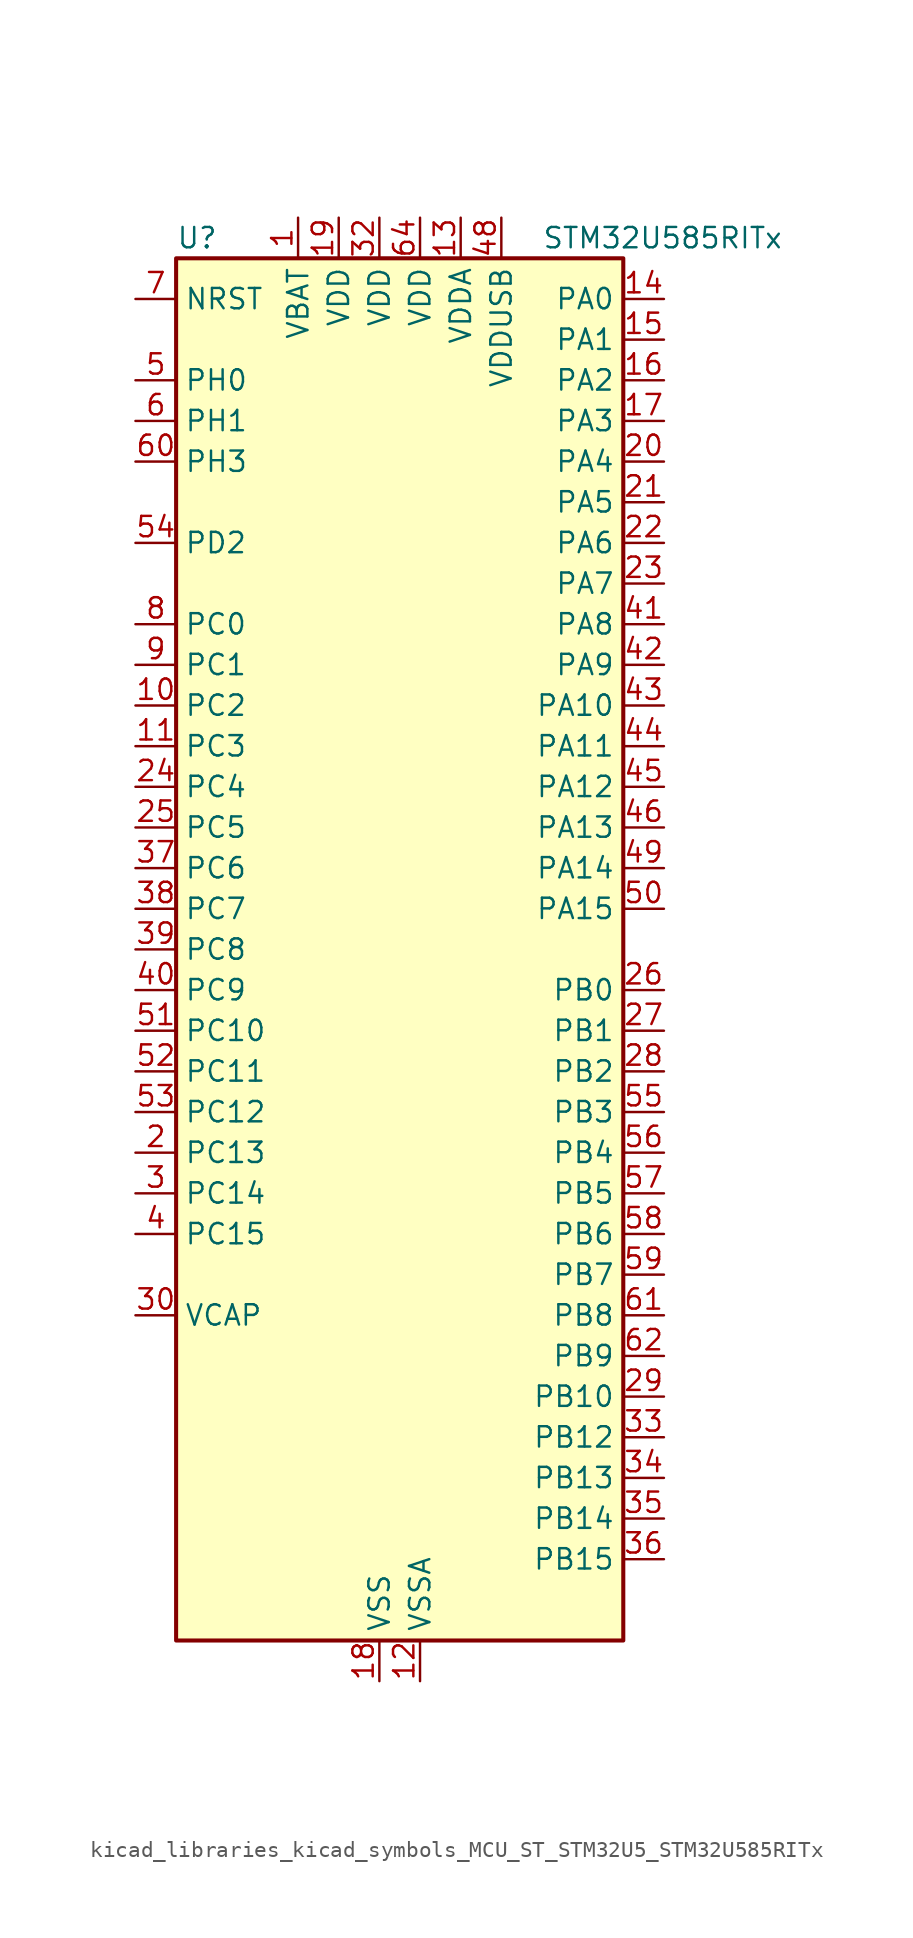
<source format=kicad_sym>
(kicad_symbol_lib
  (version 20220914)
  (generator kicad_symbol_editor)
  (symbol "kicad_libraries_kicad_symbols_MCU_ST_STM32U5_STM32U585RITx"
    (property "Reference" "U"
      (at -12.7 44.45 0)
      (effects (font (size 1.27 1.27)) (justify left)))
    (property "Value" "STM32U585RITx"
      (at 10.16 44.45 0)
      (effects (font (size 1.27 1.27)) (justify left)))
    (property "ki_locked" ""
      (at 0 0 0)
      (effects (font (size 1.27 1.27))))
    (symbol "kicad_libraries_kicad_symbols_MCU_ST_STM32U5_STM32U585RITx_0_1"
      (rectangle (start -12.7 -43.18) (end 15.24 43.18) (stroke (width 0.254) (type default)) (fill (type background))))
    (symbol "kicad_libraries_kicad_symbols_MCU_ST_STM32U5_STM32U585RITx_1_1"
      (pin power_in line (at -5.08 45.72 270) (length 2.54) (name "VBAT" (effects (font (size 1.27 1.27)))) (number "1" (effects (font (size 1.27 1.27)))))
      (pin bidirectional line (at -15.24 15.24 0) (length 2.54) (name "PC2" (effects (font (size 1.27 1.27)))) (number "10" (effects (font (size 1.27 1.27)))) (alternate "ADC1_IN3" bidirectional line) (alternate "ADC4_IN3" bidirectional line) (alternate "LPTIM1_IN2" bidirectional line) (alternate "MDF1_CCK1" bidirectional line) (alternate "OCTOSPIM_P1_IO5" bidirectional line) (alternate "SPI2_MISO" bidirectional line))
      (pin bidirectional line (at -15.24 12.7 0) (length 2.54) (name "PC3" (effects (font (size 1.27 1.27)))) (number "11" (effects (font (size 1.27 1.27)))) (alternate "ADC1_IN4" bidirectional line) (alternate "ADC4_IN4" bidirectional line) (alternate "LPTIM1_ETR" bidirectional line) (alternate "LPTIM2_ETR" bidirectional line) (alternate "LPTIM3_CH1" bidirectional line) (alternate "OCTOSPIM_P1_IO6" bidirectional line) (alternate "SAI1_D1" bidirectional line) (alternate "SAI1_SD_A" bidirectional line) (alternate "SPI2_MOSI" bidirectional line))
      (pin power_in line (at 2.54 -45.72 90) (length 2.54) (name "VSSA" (effects (font (size 1.27 1.27)))) (number "12" (effects (font (size 1.27 1.27)))))
      (pin power_in line (at 5.08 45.72 270) (length 2.54) (name "VDDA" (effects (font (size 1.27 1.27)))) (number "13" (effects (font (size 1.27 1.27)))))
      (pin bidirectional line (at 17.78 40.64 180) (length 2.54) (name "PA0" (effects (font (size 1.27 1.27)))) (number "14" (effects (font (size 1.27 1.27)))) (alternate "ADC1_IN5" bidirectional line) (alternate "AUDIOCLK" bidirectional line) (alternate "OCTOSPIM_P2_NCS" bidirectional line) (alternate "OPAMP1_VINP" bidirectional line) (alternate "PWR_WKUP1" bidirectional line) (alternate "SDMMC2_CMD" bidirectional line) (alternate "SPI3_RDY" bidirectional line) (alternate "TAMP_IN2" bidirectional line) (alternate "TAMP_OUT1" bidirectional line) (alternate "TIM2_CH1" bidirectional line) (alternate "TIM2_ETR" bidirectional line) (alternate "TIM5_CH1" bidirectional line) (alternate "TIM8_ETR" bidirectional line) (alternate "UART4_TX" bidirectional line) (alternate "USART2_CTS" bidirectional line))
      (pin bidirectional line (at 17.78 38.1 180) (length 2.54) (name "PA1" (effects (font (size 1.27 1.27)))) (number "15" (effects (font (size 1.27 1.27)))) (alternate "ADC1_IN6" bidirectional line) (alternate "I2C1_SMBA" bidirectional line) (alternate "LPTIM1_CH2" bidirectional line) (alternate "OCTOSPIM_P1_DQS" bidirectional line) (alternate "OPAMP1_VINM" bidirectional line) (alternate "PWR_WKUP3" bidirectional line) (alternate "SPI1_SCK" bidirectional line) (alternate "TAMP_IN5" bidirectional line) (alternate "TAMP_OUT4" bidirectional line) (alternate "TIM15_CH1N" bidirectional line) (alternate "TIM2_CH2" bidirectional line) (alternate "TIM5_CH2" bidirectional line) (alternate "UART4_RX" bidirectional line) (alternate "USART2_DE" bidirectional line) (alternate "USART2_RTS" bidirectional line))
      (pin bidirectional line (at 17.78 35.56 180) (length 2.54) (name "PA2" (effects (font (size 1.27 1.27)))) (number "16" (effects (font (size 1.27 1.27)))) (alternate "ADC1_IN7" bidirectional line) (alternate "COMP1_INP" bidirectional line) (alternate "LPUART1_TX" bidirectional line) (alternate "OCTOSPIM_P1_NCS" bidirectional line) (alternate "PWR_WKUP4" bidirectional line) (alternate "RCC_LSCO" bidirectional line) (alternate "SPI1_RDY" bidirectional line) (alternate "TIM15_CH1" bidirectional line) (alternate "TIM2_CH3" bidirectional line) (alternate "TIM5_CH3" bidirectional line) (alternate "UCPD1_FRSTX1" bidirectional line) (alternate "USART2_TX" bidirectional line))
      (pin bidirectional line (at 17.78 33.02 180) (length 2.54) (name "PA3" (effects (font (size 1.27 1.27)))) (number "17" (effects (font (size 1.27 1.27)))) (alternate "ADC1_IN8" bidirectional line) (alternate "LPUART1_RX" bidirectional line) (alternate "OCTOSPIM_P1_CLK" bidirectional line) (alternate "OPAMP1_VOUT" bidirectional line) (alternate "PWR_WKUP5" bidirectional line) (alternate "SAI1_CK1" bidirectional line) (alternate "SAI1_MCLK_A" bidirectional line) (alternate "TIM15_CH2" bidirectional line) (alternate "TIM2_CH4" bidirectional line) (alternate "TIM5_CH4" bidirectional line) (alternate "USART2_RX" bidirectional line))
      (pin power_in line (at 0 -45.72 90) (length 2.54) (name "VSS" (effects (font (size 1.27 1.27)))) (number "18" (effects (font (size 1.27 1.27)))))
      (pin power_in line (at -2.54 45.72 270) (length 2.54) (name "VDD" (effects (font (size 1.27 1.27)))) (number "19" (effects (font (size 1.27 1.27)))))
      (pin bidirectional line (at -15.24 -12.7 0) (length 2.54) (name "PC13" (effects (font (size 1.27 1.27)))) (number "2" (effects (font (size 1.27 1.27)))) (alternate "PWR_WKUP2" bidirectional line) (alternate "RTC_OUT1" bidirectional line) (alternate "RTC_TS" bidirectional line) (alternate "TAMP_IN1" bidirectional line) (alternate "TAMP_OUT2" bidirectional line))
      (pin bidirectional line (at 17.78 30.48 180) (length 2.54) (name "PA4" (effects (font (size 1.27 1.27)))) (number "20" (effects (font (size 1.27 1.27)))) (alternate "ADC1_IN9" bidirectional line) (alternate "ADC4_IN9" bidirectional line) (alternate "DAC1_OUT1" bidirectional line) (alternate "DCMI_HSYNC" bidirectional line) (alternate "LPTIM2_CH1" bidirectional line) (alternate "OCTOSPIM_P1_NCS" bidirectional line) (alternate "PSSI_DE" bidirectional line) (alternate "PWR_WKUP2" bidirectional line) (alternate "SAI1_FS_B" bidirectional line) (alternate "SPI1_NSS" bidirectional line) (alternate "SPI3_NSS" bidirectional line) (alternate "USART2_CK" bidirectional line))
      (pin bidirectional line (at 17.78 27.94 180) (length 2.54) (name "PA5" (effects (font (size 1.27 1.27)))) (number "21" (effects (font (size 1.27 1.27)))) (alternate "ADC1_IN10" bidirectional line) (alternate "ADC4_IN10" bidirectional line) (alternate "DAC1_OUT2" bidirectional line) (alternate "LPTIM2_ETR" bidirectional line) (alternate "PSSI_D14" bidirectional line) (alternate "PWR_CSLEEP" bidirectional line) (alternate "PWR_WKUP6" bidirectional line) (alternate "SPI1_SCK" bidirectional line) (alternate "TIM2_CH1" bidirectional line) (alternate "TIM2_ETR" bidirectional line) (alternate "TIM8_CH1N" bidirectional line) (alternate "USART3_RX" bidirectional line))
      (pin bidirectional line (at 17.78 25.4 180) (length 2.54) (name "PA6" (effects (font (size 1.27 1.27)))) (number "22" (effects (font (size 1.27 1.27)))) (alternate "ADC1_IN11" bidirectional line) (alternate "ADC4_IN11" bidirectional line) (alternate "DCMI_PIXCLK" bidirectional line) (alternate "LPUART1_CTS" bidirectional line) (alternate "OCTOSPIM_P1_IO3" bidirectional line) (alternate "OPAMP2_VINP" bidirectional line) (alternate "PSSI_PDCK" bidirectional line) (alternate "PWR_CDSTOP" bidirectional line) (alternate "PWR_WKUP7" bidirectional line) (alternate "SPI1_MISO" bidirectional line) (alternate "TIM16_CH1" bidirectional line) (alternate "TIM1_BKIN" bidirectional line) (alternate "TIM3_CH1" bidirectional line) (alternate "TIM8_BKIN" bidirectional line) (alternate "USART3_CTS" bidirectional line))
      (pin bidirectional line (at 17.78 22.86 180) (length 2.54) (name "PA7" (effects (font (size 1.27 1.27)))) (number "23" (effects (font (size 1.27 1.27)))) (alternate "ADC1_IN12" bidirectional line) (alternate "ADC4_IN20" bidirectional line) (alternate "I2C3_SCL" bidirectional line) (alternate "LPTIM2_CH2" bidirectional line) (alternate "OCTOSPIM_P1_IO2" bidirectional line) (alternate "OPAMP2_VINM" bidirectional line) (alternate "PWR_SRDSTOP" bidirectional line) (alternate "PWR_WKUP8" bidirectional line) (alternate "SPI1_MOSI" bidirectional line) (alternate "TIM17_CH1" bidirectional line) (alternate "TIM1_CH1N" bidirectional line) (alternate "TIM3_CH2" bidirectional line) (alternate "TIM8_CH1N" bidirectional line) (alternate "USART3_TX" bidirectional line))
      (pin bidirectional line (at -15.24 10.16 0) (length 2.54) (name "PC4" (effects (font (size 1.27 1.27)))) (number "24" (effects (font (size 1.27 1.27)))) (alternate "ADC1_IN13" bidirectional line) (alternate "ADC4_IN22" bidirectional line) (alternate "COMP1_INM" bidirectional line) (alternate "OCTOSPIM_P1_IO7" bidirectional line) (alternate "USART3_TX" bidirectional line))
      (pin bidirectional line (at -15.24 7.62 0) (length 2.54) (name "PC5" (effects (font (size 1.27 1.27)))) (number "25" (effects (font (size 1.27 1.27)))) (alternate "ADC1_IN14" bidirectional line) (alternate "ADC4_IN23" bidirectional line) (alternate "COMP1_INP" bidirectional line) (alternate "PSSI_D15" bidirectional line) (alternate "PWR_WKUP5" bidirectional line) (alternate "SAI1_D3" bidirectional line) (alternate "TAMP_IN4" bidirectional line) (alternate "TAMP_OUT5" bidirectional line) (alternate "TIM1_CH4N" bidirectional line) (alternate "USART3_RX" bidirectional line))
      (pin bidirectional line (at 17.78 -2.54 180) (length 2.54) (name "PB0" (effects (font (size 1.27 1.27)))) (number "26" (effects (font (size 1.27 1.27)))) (alternate "ADC1_IN15" bidirectional line) (alternate "ADC4_IN18" bidirectional line) (alternate "AUDIOCLK" bidirectional line) (alternate "COMP1_OUT" bidirectional line) (alternate "LPTIM3_CH1" bidirectional line) (alternate "OCTOSPIM_P1_IO1" bidirectional line) (alternate "OPAMP2_VOUT" bidirectional line) (alternate "SPI1_NSS" bidirectional line) (alternate "TIM1_CH2N" bidirectional line) (alternate "TIM3_CH3" bidirectional line) (alternate "TIM8_CH2N" bidirectional line) (alternate "USART3_CK" bidirectional line))
      (pin bidirectional line (at 17.78 -5.08 180) (length 2.54) (name "PB1" (effects (font (size 1.27 1.27)))) (number "27" (effects (font (size 1.27 1.27)))) (alternate "ADC1_IN16" bidirectional line) (alternate "ADC4_IN19" bidirectional line) (alternate "COMP1_INM" bidirectional line) (alternate "LPTIM2_IN1" bidirectional line) (alternate "LPTIM3_CH2" bidirectional line) (alternate "LPUART1_DE" bidirectional line) (alternate "LPUART1_RTS" bidirectional line) (alternate "MDF1_SDI0" bidirectional line) (alternate "OCTOSPIM_P1_IO0" bidirectional line) (alternate "PWR_WKUP4" bidirectional line) (alternate "TIM1_CH3N" bidirectional line) (alternate "TIM3_CH4" bidirectional line) (alternate "TIM8_CH3N" bidirectional line) (alternate "USART3_DE" bidirectional line) (alternate "USART3_RTS" bidirectional line))
      (pin bidirectional line (at 17.78 -7.62 180) (length 2.54) (name "PB2" (effects (font (size 1.27 1.27)))) (number "28" (effects (font (size 1.27 1.27)))) (alternate "ADC1_IN17" bidirectional line) (alternate "COMP1_INP" bidirectional line) (alternate "I2C3_SMBA" bidirectional line) (alternate "LPTIM1_CH1" bidirectional line) (alternate "MDF1_CKI0" bidirectional line) (alternate "OCTOSPIM_P1_DQS" bidirectional line) (alternate "PWR_WKUP1" bidirectional line) (alternate "RTC_OUT2" bidirectional line) (alternate "SPI1_RDY" bidirectional line) (alternate "TIM8_CH4N" bidirectional line) (alternate "UCPD1_FRSTX1" bidirectional line))
      (pin bidirectional line (at 17.78 -27.94 180) (length 2.54) (name "PB10" (effects (font (size 1.27 1.27)))) (number "29" (effects (font (size 1.27 1.27)))) (alternate "COMP1_OUT" bidirectional line) (alternate "I2C2_SCL" bidirectional line) (alternate "I2C4_SCL" bidirectional line) (alternate "LPTIM3_CH1" bidirectional line) (alternate "LPUART1_RX" bidirectional line) (alternate "OCTOSPIM_P1_CLK" bidirectional line) (alternate "PWR_WKUP8" bidirectional line) (alternate "SAI1_SCK_A" bidirectional line) (alternate "SPI2_SCK" bidirectional line) (alternate "TIM2_CH3" bidirectional line) (alternate "TSC_SYNC" bidirectional line) (alternate "USART3_TX" bidirectional line))
      (pin bidirectional line (at -15.24 -15.24 0) (length 2.54) (name "PC14" (effects (font (size 1.27 1.27)))) (number "3" (effects (font (size 1.27 1.27)))) (alternate "RCC_OSC32_IN" bidirectional line))
      (pin power_out line (at -15.24 -22.86 0) (length 2.54) (name "VCAP" (effects (font (size 1.27 1.27)))) (number "30" (effects (font (size 1.27 1.27)))))
      (pin passive line (at 0 -45.72 90) (length 2.54) hide (name "VSS" (effects (font (size 1.27 1.27)))) (number "31" (effects (font (size 1.27 1.27)))))
      (pin power_in line (at 0 45.72 270) (length 2.54) (name "VDD" (effects (font (size 1.27 1.27)))) (number "32" (effects (font (size 1.27 1.27)))))
      (pin bidirectional line (at 17.78 -30.48 180) (length 2.54) (name "PB12" (effects (font (size 1.27 1.27)))) (number "33" (effects (font (size 1.27 1.27)))) (alternate "I2C2_SMBA" bidirectional line) (alternate "LPUART1_DE" bidirectional line) (alternate "LPUART1_RTS" bidirectional line) (alternate "MDF1_SDI1" bidirectional line) (alternate "OCTOSPIM_P1_NCLK" bidirectional line) (alternate "SPI2_NSS" bidirectional line) (alternate "TIM15_BKIN" bidirectional line) (alternate "TIM1_BKIN" bidirectional line) (alternate "TSC_G1_IO1" bidirectional line) (alternate "USART3_CK" bidirectional line))
      (pin bidirectional line (at 17.78 -33.02 180) (length 2.54) (name "PB13" (effects (font (size 1.27 1.27)))) (number "34" (effects (font (size 1.27 1.27)))) (alternate "I2C2_SCL" bidirectional line) (alternate "LPTIM3_IN1" bidirectional line) (alternate "LPUART1_CTS" bidirectional line) (alternate "MDF1_CKI1" bidirectional line) (alternate "SPI2_SCK" bidirectional line) (alternate "TIM15_CH1N" bidirectional line) (alternate "TIM1_CH1N" bidirectional line) (alternate "TSC_G1_IO2" bidirectional line) (alternate "USART3_CTS" bidirectional line))
      (pin bidirectional line (at 17.78 -35.56 180) (length 2.54) (name "PB14" (effects (font (size 1.27 1.27)))) (number "35" (effects (font (size 1.27 1.27)))) (alternate "I2C2_SDA" bidirectional line) (alternate "LPTIM3_ETR" bidirectional line) (alternate "MDF1_SDI2" bidirectional line) (alternate "SDMMC2_D0" bidirectional line) (alternate "SPI2_MISO" bidirectional line) (alternate "TIM15_CH1" bidirectional line) (alternate "TIM1_CH2N" bidirectional line) (alternate "TIM8_CH2N" bidirectional line) (alternate "TSC_G1_IO3" bidirectional line) (alternate "UCPD1_DBCC2" bidirectional line) (alternate "USART3_DE" bidirectional line) (alternate "USART3_RTS" bidirectional line))
      (pin bidirectional line (at 17.78 -38.1 180) (length 2.54) (name "PB15" (effects (font (size 1.27 1.27)))) (number "36" (effects (font (size 1.27 1.27)))) (alternate "ADC1_EXTI15" bidirectional line) (alternate "ADC4_EXTI15" bidirectional line) (alternate "LPTIM2_IN2" bidirectional line) (alternate "MDF1_CKI2" bidirectional line) (alternate "PWR_WKUP7" bidirectional line) (alternate "RTC_REFIN" bidirectional line) (alternate "SDMMC2_D1" bidirectional line) (alternate "SPI2_MOSI" bidirectional line) (alternate "TIM15_CH2" bidirectional line) (alternate "TIM1_CH3N" bidirectional line) (alternate "TIM8_CH3N" bidirectional line) (alternate "UCPD1_CC2" bidirectional line))
      (pin bidirectional line (at -15.24 5.08 0) (length 2.54) (name "PC6" (effects (font (size 1.27 1.27)))) (number "37" (effects (font (size 1.27 1.27)))) (alternate "DCMI_D0" bidirectional line) (alternate "MDF1_CKI3" bidirectional line) (alternate "PSSI_D0" bidirectional line) (alternate "PWR_CSLEEP" bidirectional line) (alternate "SDMMC1_D0DIR" bidirectional line) (alternate "SDMMC1_D6" bidirectional line) (alternate "SDMMC2_D6" bidirectional line) (alternate "TIM3_CH1" bidirectional line) (alternate "TIM8_CH1" bidirectional line) (alternate "TSC_G4_IO1" bidirectional line))
      (pin bidirectional line (at -15.24 2.54 0) (length 2.54) (name "PC7" (effects (font (size 1.27 1.27)))) (number "38" (effects (font (size 1.27 1.27)))) (alternate "DCMI_D1" bidirectional line) (alternate "LPTIM2_CH2" bidirectional line) (alternate "MDF1_SDI3" bidirectional line) (alternate "PSSI_D1" bidirectional line) (alternate "PWR_CDSTOP" bidirectional line) (alternate "SDMMC1_D123DIR" bidirectional line) (alternate "SDMMC1_D7" bidirectional line) (alternate "SDMMC2_D7" bidirectional line) (alternate "TIM3_CH2" bidirectional line) (alternate "TIM8_CH2" bidirectional line) (alternate "TSC_G4_IO2" bidirectional line))
      (pin bidirectional line (at -15.24 0 0) (length 2.54) (name "PC8" (effects (font (size 1.27 1.27)))) (number "39" (effects (font (size 1.27 1.27)))) (alternate "DCMI_D2" bidirectional line) (alternate "LPTIM3_CH1" bidirectional line) (alternate "PSSI_D2" bidirectional line) (alternate "PWR_SRDSTOP" bidirectional line) (alternate "SDMMC1_D0" bidirectional line) (alternate "TIM3_CH3" bidirectional line) (alternate "TIM8_CH3" bidirectional line) (alternate "TSC_G4_IO3" bidirectional line))
      (pin bidirectional line (at -15.24 -17.78 0) (length 2.54) (name "PC15" (effects (font (size 1.27 1.27)))) (number "4" (effects (font (size 1.27 1.27)))) (alternate "ADC1_EXTI15" bidirectional line) (alternate "ADC4_EXTI15" bidirectional line) (alternate "RCC_OSC32_OUT" bidirectional line))
      (pin bidirectional line (at -15.24 -2.54 0) (length 2.54) (name "PC9" (effects (font (size 1.27 1.27)))) (number "40" (effects (font (size 1.27 1.27)))) (alternate "DAC1_EXTI9" bidirectional line) (alternate "DCMI_D3" bidirectional line) (alternate "DEBUG_TRACED0" bidirectional line) (alternate "LPTIM3_CH2" bidirectional line) (alternate "PSSI_D3" bidirectional line) (alternate "SDMMC1_D1" bidirectional line) (alternate "TIM3_CH4" bidirectional line) (alternate "TIM8_BKIN2" bidirectional line) (alternate "TIM8_CH4" bidirectional line) (alternate "TSC_G4_IO4" bidirectional line) (alternate "USB_OTG_FS_NOE" bidirectional line))
      (pin bidirectional line (at 17.78 20.32 180) (length 2.54) (name "PA8" (effects (font (size 1.27 1.27)))) (number "41" (effects (font (size 1.27 1.27)))) (alternate "DEBUG_TRACECLK" bidirectional line) (alternate "LPTIM2_CH1" bidirectional line) (alternate "RCC_MCO" bidirectional line) (alternate "SAI1_CK2" bidirectional line) (alternate "SAI1_SCK_A" bidirectional line) (alternate "SPI1_RDY" bidirectional line) (alternate "TIM1_CH1" bidirectional line) (alternate "USART1_CK" bidirectional line) (alternate "USB_OTG_FS_SOF" bidirectional line))
      (pin bidirectional line (at 17.78 17.78 180) (length 2.54) (name "PA9" (effects (font (size 1.27 1.27)))) (number "42" (effects (font (size 1.27 1.27)))) (alternate "DAC1_EXTI9" bidirectional line) (alternate "DCMI_D0" bidirectional line) (alternate "PSSI_D0" bidirectional line) (alternate "SAI1_FS_A" bidirectional line) (alternate "SPI2_SCK" bidirectional line) (alternate "TIM15_BKIN" bidirectional line) (alternate "TIM1_CH2" bidirectional line) (alternate "USART1_TX" bidirectional line) (alternate "USB_OTG_FS_VBUS" bidirectional line))
      (pin bidirectional line (at 17.78 15.24 180) (length 2.54) (name "PA10" (effects (font (size 1.27 1.27)))) (number "43" (effects (font (size 1.27 1.27)))) (alternate "CRS_SYNC" bidirectional line) (alternate "DCMI_D1" bidirectional line) (alternate "LPTIM2_IN2" bidirectional line) (alternate "PSSI_D1" bidirectional line) (alternate "SAI1_D1" bidirectional line) (alternate "SAI1_SD_A" bidirectional line) (alternate "TIM17_BKIN" bidirectional line) (alternate "TIM1_CH3" bidirectional line) (alternate "USART1_RX" bidirectional line) (alternate "USB_OTG_FS_ID" bidirectional line))
      (pin bidirectional line (at 17.78 12.7 180) (length 2.54) (name "PA11" (effects (font (size 1.27 1.27)))) (number "44" (effects (font (size 1.27 1.27)))) (alternate "ADC1_EXTI11" bidirectional line) (alternate "FDCAN1_RX" bidirectional line) (alternate "SPI1_MISO" bidirectional line) (alternate "TIM1_BKIN2" bidirectional line) (alternate "TIM1_CH4" bidirectional line) (alternate "USART1_CTS" bidirectional line) (alternate "USB_OTG_FS_DM" bidirectional line))
      (pin bidirectional line (at 17.78 10.16 180) (length 2.54) (name "PA12" (effects (font (size 1.27 1.27)))) (number "45" (effects (font (size 1.27 1.27)))) (alternate "FDCAN1_TX" bidirectional line) (alternate "OCTOSPIM_P2_NCS" bidirectional line) (alternate "SPI1_MOSI" bidirectional line) (alternate "TIM1_ETR" bidirectional line) (alternate "USART1_DE" bidirectional line) (alternate "USART1_RTS" bidirectional line) (alternate "USB_OTG_FS_DP" bidirectional line))
      (pin bidirectional line (at 17.78 7.62 180) (length 2.54) (name "PA13" (effects (font (size 1.27 1.27)))) (number "46" (effects (font (size 1.27 1.27)))) (alternate "DEBUG_JTMS-SWDIO" bidirectional line) (alternate "IR_OUT" bidirectional line) (alternate "SAI1_SD_B" bidirectional line) (alternate "USB_OTG_FS_NOE" bidirectional line))
      (pin passive line (at 0 -45.72 90) (length 2.54) hide (name "VSS" (effects (font (size 1.27 1.27)))) (number "47" (effects (font (size 1.27 1.27)))))
      (pin power_in line (at 7.62 45.72 270) (length 2.54) (name "VDDUSB" (effects (font (size 1.27 1.27)))) (number "48" (effects (font (size 1.27 1.27)))))
      (pin bidirectional line (at 17.78 5.08 180) (length 2.54) (name "PA14" (effects (font (size 1.27 1.27)))) (number "49" (effects (font (size 1.27 1.27)))) (alternate "DEBUG_JTCK-SWCLK" bidirectional line) (alternate "I2C1_SMBA" bidirectional line) (alternate "I2C4_SMBA" bidirectional line) (alternate "LPTIM1_CH1" bidirectional line) (alternate "SAI1_FS_B" bidirectional line) (alternate "USB_OTG_FS_SOF" bidirectional line))
      (pin bidirectional line (at -15.24 35.56 0) (length 2.54) (name "PH0" (effects (font (size 1.27 1.27)))) (number "5" (effects (font (size 1.27 1.27)))) (alternate "RCC_OSC_IN" bidirectional line))
      (pin bidirectional line (at 17.78 2.54 180) (length 2.54) (name "PA15" (effects (font (size 1.27 1.27)))) (number "50" (effects (font (size 1.27 1.27)))) (alternate "ADC1_EXTI15" bidirectional line) (alternate "ADC4_EXTI15" bidirectional line) (alternate "DEBUG_JTDI" bidirectional line) (alternate "SPI1_NSS" bidirectional line) (alternate "SPI3_NSS" bidirectional line) (alternate "TIM2_CH1" bidirectional line) (alternate "TIM2_ETR" bidirectional line) (alternate "UART4_DE" bidirectional line) (alternate "UART4_RTS" bidirectional line) (alternate "UCPD1_CC1" bidirectional line) (alternate "USART2_RX" bidirectional line) (alternate "USART3_DE" bidirectional line) (alternate "USART3_RTS" bidirectional line))
      (pin bidirectional line (at -15.24 -5.08 0) (length 2.54) (name "PC10" (effects (font (size 1.27 1.27)))) (number "51" (effects (font (size 1.27 1.27)))) (alternate "ADF1_CCK1" bidirectional line) (alternate "DCMI_D8" bidirectional line) (alternate "DEBUG_TRACED1" bidirectional line) (alternate "LPTIM3_ETR" bidirectional line) (alternate "PSSI_D8" bidirectional line) (alternate "SDMMC1_D2" bidirectional line) (alternate "SPI3_SCK" bidirectional line) (alternate "TSC_G3_IO2" bidirectional line) (alternate "UART4_TX" bidirectional line) (alternate "USART3_TX" bidirectional line))
      (pin bidirectional line (at -15.24 -7.62 0) (length 2.54) (name "PC11" (effects (font (size 1.27 1.27)))) (number "52" (effects (font (size 1.27 1.27)))) (alternate "ADC1_EXTI11" bidirectional line) (alternate "ADF1_SDI0" bidirectional line) (alternate "DCMI_D2" bidirectional line) (alternate "DCMI_D4" bidirectional line) (alternate "LPTIM3_IN1" bidirectional line) (alternate "OCTOSPIM_P1_NCS" bidirectional line) (alternate "PSSI_D2" bidirectional line) (alternate "PSSI_D4" bidirectional line) (alternate "SDMMC1_D3" bidirectional line) (alternate "SPI3_MISO" bidirectional line) (alternate "TSC_G3_IO3" bidirectional line) (alternate "UART4_RX" bidirectional line) (alternate "UCPD1_FRSTX2" bidirectional line) (alternate "USART3_RX" bidirectional line))
      (pin bidirectional line (at -15.24 -10.16 0) (length 2.54) (name "PC12" (effects (font (size 1.27 1.27)))) (number "53" (effects (font (size 1.27 1.27)))) (alternate "DCMI_D9" bidirectional line) (alternate "DEBUG_TRACED3" bidirectional line) (alternate "PSSI_D9" bidirectional line) (alternate "SDMMC1_CK" bidirectional line) (alternate "SPI3_MOSI" bidirectional line) (alternate "TSC_G3_IO4" bidirectional line) (alternate "UART5_TX" bidirectional line) (alternate "USART3_CK" bidirectional line))
      (pin bidirectional line (at -15.24 25.4 0) (length 2.54) (name "PD2" (effects (font (size 1.27 1.27)))) (number "54" (effects (font (size 1.27 1.27)))) (alternate "DCMI_D11" bidirectional line) (alternate "DEBUG_TRACED2" bidirectional line) (alternate "LPTIM4_ETR" bidirectional line) (alternate "PSSI_D11" bidirectional line) (alternate "SDMMC1_CMD" bidirectional line) (alternate "TIM3_ETR" bidirectional line) (alternate "TSC_SYNC" bidirectional line) (alternate "UART5_RX" bidirectional line) (alternate "USART3_DE" bidirectional line) (alternate "USART3_RTS" bidirectional line))
      (pin bidirectional line (at 17.78 -10.16 180) (length 2.54) (name "PB3" (effects (font (size 1.27 1.27)))) (number "55" (effects (font (size 1.27 1.27)))) (alternate "ADF1_CCK0" bidirectional line) (alternate "COMP2_INM" bidirectional line) (alternate "CRS_SYNC" bidirectional line) (alternate "DEBUG_JTDO-SWO" bidirectional line) (alternate "I2C1_SDA" bidirectional line) (alternate "LPTIM1_CH1" bidirectional line) (alternate "SAI1_SCK_B" bidirectional line) (alternate "SDMMC2_D2" bidirectional line) (alternate "SPI1_SCK" bidirectional line) (alternate "SPI3_SCK" bidirectional line) (alternate "TIM2_CH2" bidirectional line) (alternate "USART1_DE" bidirectional line) (alternate "USART1_RTS" bidirectional line))
      (pin bidirectional line (at 17.78 -12.7 180) (length 2.54) (name "PB4" (effects (font (size 1.27 1.27)))) (number "56" (effects (font (size 1.27 1.27)))) (alternate "ADF1_SDI0" bidirectional line) (alternate "COMP2_INP" bidirectional line) (alternate "DCMI_D12" bidirectional line) (alternate "DEBUG_JTRST" bidirectional line) (alternate "I2C3_SDA" bidirectional line) (alternate "LPTIM1_CH2" bidirectional line) (alternate "PSSI_D12" bidirectional line) (alternate "SAI1_MCLK_B" bidirectional line) (alternate "SDMMC2_D3" bidirectional line) (alternate "SPI1_MISO" bidirectional line) (alternate "SPI3_MISO" bidirectional line) (alternate "TIM17_BKIN" bidirectional line) (alternate "TIM3_CH1" bidirectional line) (alternate "TSC_G2_IO1" bidirectional line) (alternate "UART5_DE" bidirectional line) (alternate "UART5_RTS" bidirectional line) (alternate "USART1_CTS" bidirectional line))
      (pin bidirectional line (at 17.78 -15.24 180) (length 2.54) (name "PB5" (effects (font (size 1.27 1.27)))) (number "57" (effects (font (size 1.27 1.27)))) (alternate "COMP2_OUT" bidirectional line) (alternate "DCMI_D10" bidirectional line) (alternate "I2C1_SMBA" bidirectional line) (alternate "LPTIM1_IN1" bidirectional line) (alternate "OCTOSPIM_P1_NCLK" bidirectional line) (alternate "PSSI_D10" bidirectional line) (alternate "PWR_WKUP6" bidirectional line) (alternate "SAI1_SD_B" bidirectional line) (alternate "SPI1_MOSI" bidirectional line) (alternate "SPI3_MOSI" bidirectional line) (alternate "TIM16_BKIN" bidirectional line) (alternate "TIM3_CH2" bidirectional line) (alternate "TSC_G2_IO2" bidirectional line) (alternate "UART5_CTS" bidirectional line) (alternate "UCPD1_DBCC1" bidirectional line) (alternate "USART1_CK" bidirectional line))
      (pin bidirectional line (at 17.78 -17.78 180) (length 2.54) (name "PB6" (effects (font (size 1.27 1.27)))) (number "58" (effects (font (size 1.27 1.27)))) (alternate "COMP2_INP" bidirectional line) (alternate "DCMI_D5" bidirectional line) (alternate "I2C1_SCL" bidirectional line) (alternate "I2C4_SCL" bidirectional line) (alternate "LPTIM1_ETR" bidirectional line) (alternate "MDF1_SDI5" bidirectional line) (alternate "PSSI_D5" bidirectional line) (alternate "PWR_WKUP3" bidirectional line) (alternate "SAI1_FS_B" bidirectional line) (alternate "TIM16_CH1N" bidirectional line) (alternate "TIM4_CH1" bidirectional line) (alternate "TIM8_BKIN2" bidirectional line) (alternate "TSC_G2_IO3" bidirectional line) (alternate "USART1_TX" bidirectional line))
      (pin bidirectional line (at 17.78 -20.32 180) (length 2.54) (name "PB7" (effects (font (size 1.27 1.27)))) (number "59" (effects (font (size 1.27 1.27)))) (alternate "COMP2_INM" bidirectional line) (alternate "DCMI_VSYNC" bidirectional line) (alternate "I2C1_SDA" bidirectional line) (alternate "I2C4_SDA" bidirectional line) (alternate "LPTIM1_IN2" bidirectional line) (alternate "MDF1_CKI5" bidirectional line) (alternate "PSSI_RDY" bidirectional line) (alternate "PWR_PVD_IN" bidirectional line) (alternate "PWR_WKUP4" bidirectional line) (alternate "TIM17_CH1N" bidirectional line) (alternate "TIM4_CH2" bidirectional line) (alternate "TIM8_BKIN" bidirectional line) (alternate "TSC_G2_IO4" bidirectional line) (alternate "UART4_CTS" bidirectional line) (alternate "USART1_RX" bidirectional line))
      (pin bidirectional line (at -15.24 33.02 0) (length 2.54) (name "PH1" (effects (font (size 1.27 1.27)))) (number "6" (effects (font (size 1.27 1.27)))) (alternate "RCC_OSC_OUT" bidirectional line))
      (pin bidirectional line (at -15.24 30.48 0) (length 2.54) (name "PH3" (effects (font (size 1.27 1.27)))) (number "60" (effects (font (size 1.27 1.27)))))
      (pin bidirectional line (at 17.78 -22.86 180) (length 2.54) (name "PB8" (effects (font (size 1.27 1.27)))) (number "61" (effects (font (size 1.27 1.27)))) (alternate "DCMI_D6" bidirectional line) (alternate "FDCAN1_RX" bidirectional line) (alternate "I2C1_SCL" bidirectional line) (alternate "MDF1_CCK0" bidirectional line) (alternate "PSSI_D6" bidirectional line) (alternate "PWR_WKUP5" bidirectional line) (alternate "SAI1_CK1" bidirectional line) (alternate "SAI1_MCLK_A" bidirectional line) (alternate "SDMMC1_CKIN" bidirectional line) (alternate "SDMMC1_D4" bidirectional line) (alternate "SDMMC2_D4" bidirectional line) (alternate "SPI3_RDY" bidirectional line) (alternate "TIM16_CH1" bidirectional line) (alternate "TIM4_CH3" bidirectional line))
      (pin bidirectional line (at 17.78 -25.4 180) (length 2.54) (name "PB9" (effects (font (size 1.27 1.27)))) (number "62" (effects (font (size 1.27 1.27)))) (alternate "DAC1_EXTI9" bidirectional line) (alternate "DCMI_D7" bidirectional line) (alternate "FDCAN1_TX" bidirectional line) (alternate "I2C1_SDA" bidirectional line) (alternate "IR_OUT" bidirectional line) (alternate "PSSI_D7" bidirectional line) (alternate "SAI1_D2" bidirectional line) (alternate "SAI1_FS_A" bidirectional line) (alternate "SDMMC1_CDIR" bidirectional line) (alternate "SDMMC1_D5" bidirectional line) (alternate "SDMMC2_D5" bidirectional line) (alternate "SPI2_NSS" bidirectional line) (alternate "TIM17_CH1" bidirectional line) (alternate "TIM4_CH4" bidirectional line))
      (pin passive line (at 0 -45.72 90) (length 2.54) hide (name "VSS" (effects (font (size 1.27 1.27)))) (number "63" (effects (font (size 1.27 1.27)))))
      (pin power_in line (at 2.54 45.72 270) (length 2.54) (name "VDD" (effects (font (size 1.27 1.27)))) (number "64" (effects (font (size 1.27 1.27)))))
      (pin input line (at -15.24 40.64 0) (length 2.54) (name "NRST" (effects (font (size 1.27 1.27)))) (number "7" (effects (font (size 1.27 1.27)))))
      (pin bidirectional line (at -15.24 20.32 0) (length 2.54) (name "PC0" (effects (font (size 1.27 1.27)))) (number "8" (effects (font (size 1.27 1.27)))) (alternate "ADC1_IN1" bidirectional line) (alternate "ADC4_IN1" bidirectional line) (alternate "I2C3_SCL" bidirectional line) (alternate "LPTIM1_IN1" bidirectional line) (alternate "LPTIM2_IN1" bidirectional line) (alternate "LPUART1_RX" bidirectional line) (alternate "MDF1_SDI4" bidirectional line) (alternate "OCTOSPIM_P1_IO7" bidirectional line) (alternate "SDMMC1_D5" bidirectional line) (alternate "SPI2_RDY" bidirectional line))
      (pin bidirectional line (at -15.24 17.78 0) (length 2.54) (name "PC1" (effects (font (size 1.27 1.27)))) (number "9" (effects (font (size 1.27 1.27)))) (alternate "ADC1_IN2" bidirectional line) (alternate "ADC4_IN2" bidirectional line) (alternate "DEBUG_TRACED0" bidirectional line) (alternate "I2C3_SDA" bidirectional line) (alternate "LPTIM1_CH1" bidirectional line) (alternate "LPUART1_TX" bidirectional line) (alternate "MDF1_CKI4" bidirectional line) (alternate "OCTOSPIM_P1_IO4" bidirectional line) (alternate "SAI1_SD_A" bidirectional line) (alternate "SDMMC2_CK" bidirectional line) (alternate "SPI2_MOSI" bidirectional line)))))
</source>
